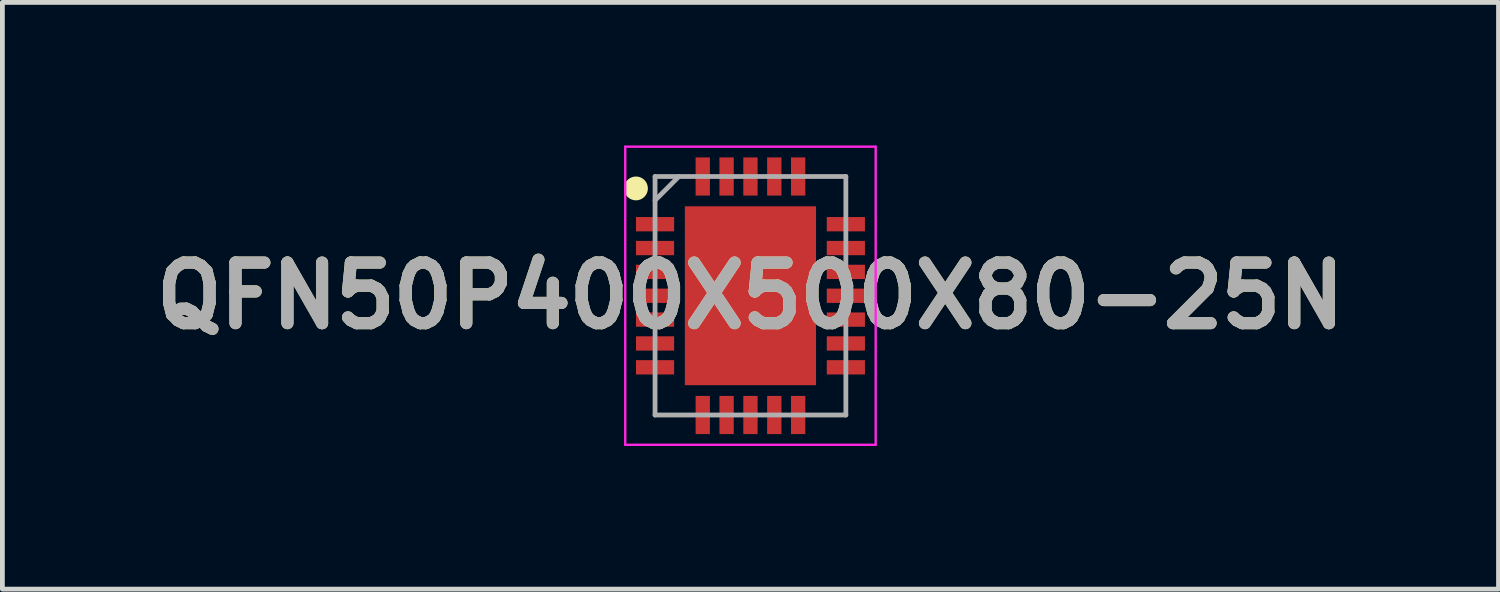
<source format=kicad_pcb>
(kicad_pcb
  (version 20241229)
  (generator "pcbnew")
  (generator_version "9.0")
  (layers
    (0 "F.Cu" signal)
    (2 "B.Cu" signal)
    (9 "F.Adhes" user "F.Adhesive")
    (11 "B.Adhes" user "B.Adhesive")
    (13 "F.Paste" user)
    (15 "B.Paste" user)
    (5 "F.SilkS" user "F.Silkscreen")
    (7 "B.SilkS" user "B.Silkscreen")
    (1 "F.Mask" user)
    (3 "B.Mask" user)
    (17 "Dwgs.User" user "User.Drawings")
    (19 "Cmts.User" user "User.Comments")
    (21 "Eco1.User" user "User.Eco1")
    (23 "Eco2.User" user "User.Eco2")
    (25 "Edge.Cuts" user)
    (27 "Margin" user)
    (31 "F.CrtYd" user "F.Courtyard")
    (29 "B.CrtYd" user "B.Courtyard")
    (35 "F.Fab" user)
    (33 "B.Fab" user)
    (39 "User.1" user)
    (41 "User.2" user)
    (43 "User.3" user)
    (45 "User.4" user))
  (footprint "QFN50P400X500X80-25N"
    (layer "F.Cu")
    (at 12.682 3.15)
    (property "Reference" "QFN50P400X500X80-25N" (at 0 0 0) (layer "F.SilkS") (effects (font (size 1.27 1.27) (thickness 0.254))))
    (attr smd)
    (fp_circle (center -2.4 -2.25) (end -2.4 -2.125) (stroke (width 0.25) (type solid)) (fill no) (layer "F.SilkS"))
    (fp_line (start -2.625 -3.125) (end 2.625 -3.125) (stroke (width 0.05) (type solid)) (layer "F.CrtYd"))
    (fp_line (start -2.625 3.125) (end -2.625 -3.125) (stroke (width 0.05) (type solid)) (layer "F.CrtYd"))
    (fp_line (start 2.625 -3.125) (end 2.625 3.125) (stroke (width 0.05) (type solid)) (layer "F.CrtYd"))
    (fp_line (start 2.625 3.125) (end -2.625 3.125) (stroke (width 0.05) (type solid)) (layer "F.CrtYd"))
    (fp_line (start -2 -2.5) (end 2 -2.5) (stroke (width 0.1) (type solid)) (layer "F.Fab"))
    (fp_line (start -2 -2) (end -1.5 -2.5) (stroke (width 0.1) (type solid)) (layer "F.Fab"))
    (fp_line (start -2 2.5) (end -2 -2.5) (stroke (width 0.1) (type solid)) (layer "F.Fab"))
    (fp_line (start 2 -2.5) (end 2 2.5) (stroke (width 0.1) (type solid)) (layer "F.Fab"))
    (fp_line (start 2 2.5) (end -2 2.5) (stroke (width 0.1) (type solid)) (layer "F.Fab"))
    (fp_text user "${REFERENCE}" (at 0 0 0) (layer "F.Fab") (effects (font (size 1.27 1.27) (thickness 0.254))))
    (pad "1" smd rect (at -2 -1.5 90) (size 0.3 0.8) (layers "F.Cu" "F.Mask" "F.Paste"))
    (pad "2" smd rect (at -2 -1 90) (size 0.3 0.8) (layers "F.Cu" "F.Mask" "F.Paste"))
    (pad "3" smd rect (at -2 -0.5 90) (size 0.3 0.8) (layers "F.Cu" "F.Mask" "F.Paste"))
    (pad "4" smd rect (at -2 0 90) (size 0.3 0.8) (layers "F.Cu" "F.Mask" "F.Paste"))
    (pad "5" smd rect (at -2 0.5 90) (size 0.3 0.8) (layers "F.Cu" "F.Mask" "F.Paste"))
    (pad "6" smd rect (at -2 1 90) (size 0.3 0.8) (layers "F.Cu" "F.Mask" "F.Paste"))
    (pad "7" smd rect (at -2 1.5 90) (size 0.3 0.8) (layers "F.Cu" "F.Mask" "F.Paste"))
    (pad "8" smd rect (at -1 2.5) (size 0.3 0.8) (layers "F.Cu" "F.Mask" "F.Paste"))
    (pad "9" smd rect (at -0.5 2.5) (size 0.3 0.8) (layers "F.Cu" "F.Mask" "F.Paste"))
    (pad "10" smd rect (at 0 2.5) (size 0.3 0.8) (layers "F.Cu" "F.Mask" "F.Paste"))
    (pad "11" smd rect (at 0.5 2.5) (size 0.3 0.8) (layers "F.Cu" "F.Mask" "F.Paste"))
    (pad "12" smd rect (at 1 2.5) (size 0.3 0.8) (layers "F.Cu" "F.Mask" "F.Paste"))
    (pad "13" smd rect (at 2 1.5 90) (size 0.3 0.8) (layers "F.Cu" "F.Mask" "F.Paste"))
    (pad "14" smd rect (at 2 1 90) (size 0.3 0.8) (layers "F.Cu" "F.Mask" "F.Paste"))
    (pad "15" smd rect (at 2 0.5 90) (size 0.3 0.8) (layers "F.Cu" "F.Mask" "F.Paste"))
    (pad "16" smd rect (at 2 0 90) (size 0.3 0.8) (layers "F.Cu" "F.Mask" "F.Paste"))
    (pad "17" smd rect (at 2 -0.5 90) (size 0.3 0.8) (layers "F.Cu" "F.Mask" "F.Paste"))
    (pad "18" smd rect (at 2 -1 90) (size 0.3 0.8) (layers "F.Cu" "F.Mask" "F.Paste"))
    (pad "19" smd rect (at 2 -1.5 90) (size 0.3 0.8) (layers "F.Cu" "F.Mask" "F.Paste"))
    (pad "20" smd rect (at 1 -2.5) (size 0.3 0.8) (layers "F.Cu" "F.Mask" "F.Paste"))
    (pad "21" smd rect (at 0.5 -2.5) (size 0.3 0.8) (layers "F.Cu" "F.Mask" "F.Paste"))
    (pad "22" smd rect (at 0 -2.5) (size 0.3 0.8) (layers "F.Cu" "F.Mask" "F.Paste"))
    (pad "23" smd rect (at -0.5 -2.5) (size 0.3 0.8) (layers "F.Cu" "F.Mask" "F.Paste"))
    (pad "24" smd rect (at -1 -2.5) (size 0.3 0.8) (layers "F.Cu" "F.Mask" "F.Paste"))
    (pad "25" smd rect (at 0 0) (size 2.75 3.75) (layers "F.Cu" "F.Mask" "F.Paste")))
  (gr_rect
    (start -3 -3)
    (end 28.364 9.3)
    (stroke (width 0.1) (type default))
    (fill no)
    (layer "Edge.Cuts")))
</source>
